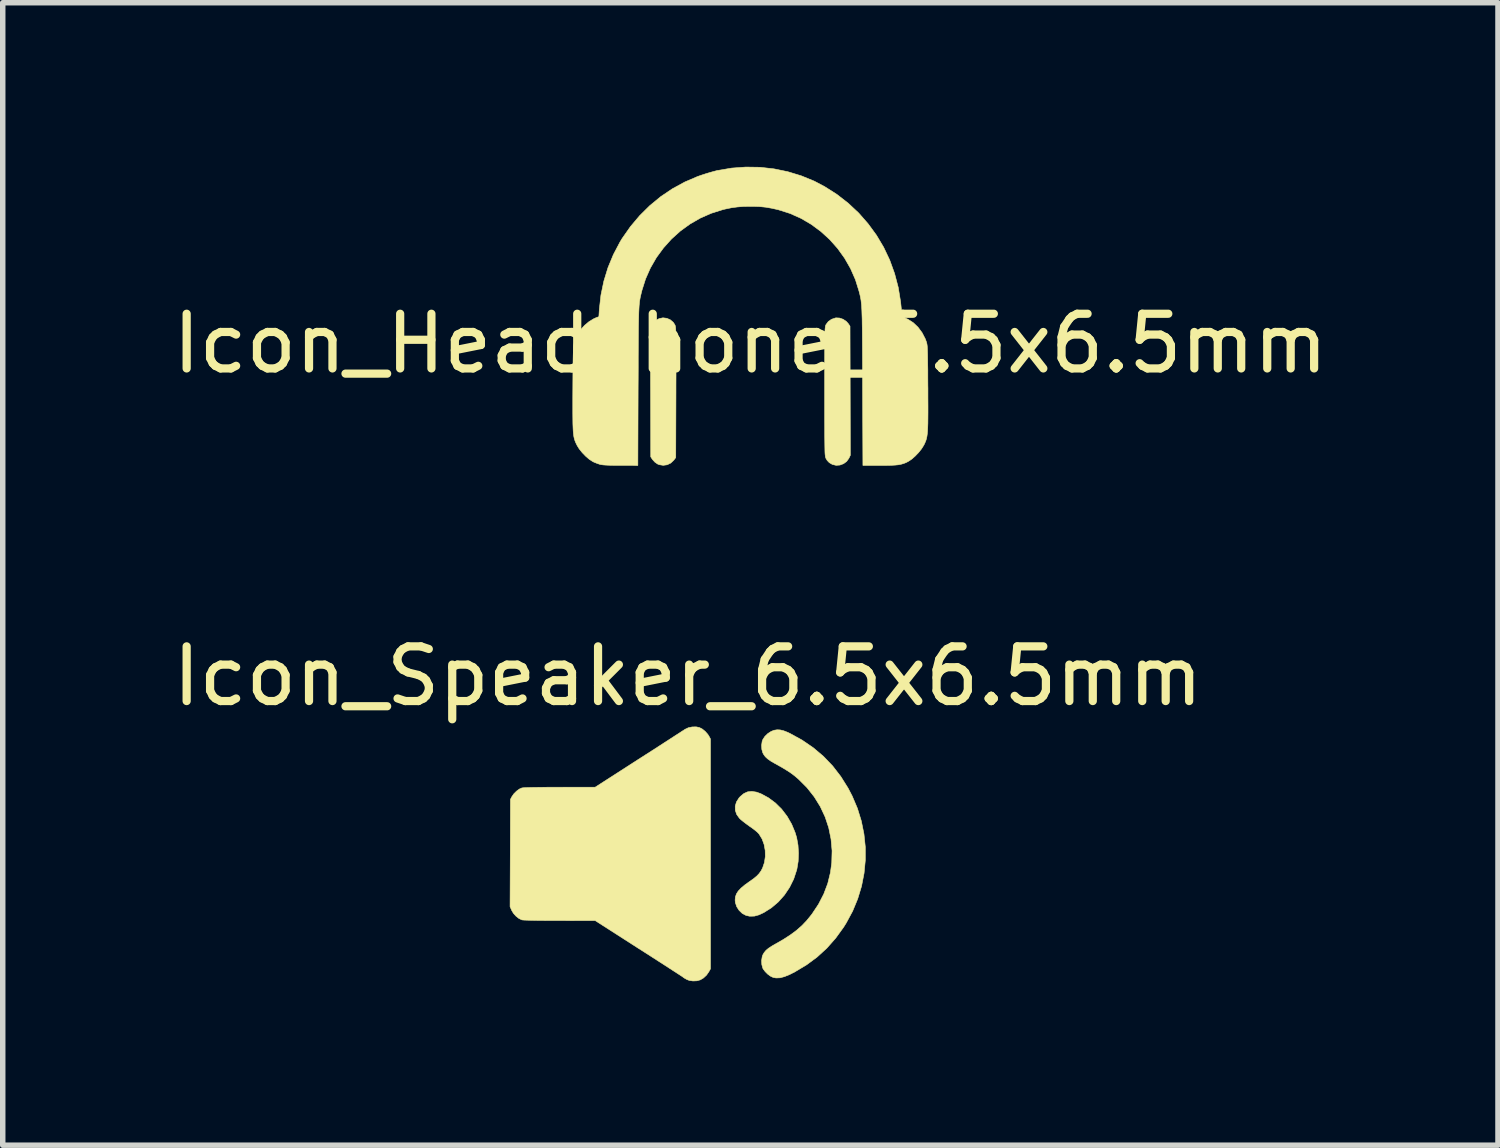
<source format=kicad_pcb>
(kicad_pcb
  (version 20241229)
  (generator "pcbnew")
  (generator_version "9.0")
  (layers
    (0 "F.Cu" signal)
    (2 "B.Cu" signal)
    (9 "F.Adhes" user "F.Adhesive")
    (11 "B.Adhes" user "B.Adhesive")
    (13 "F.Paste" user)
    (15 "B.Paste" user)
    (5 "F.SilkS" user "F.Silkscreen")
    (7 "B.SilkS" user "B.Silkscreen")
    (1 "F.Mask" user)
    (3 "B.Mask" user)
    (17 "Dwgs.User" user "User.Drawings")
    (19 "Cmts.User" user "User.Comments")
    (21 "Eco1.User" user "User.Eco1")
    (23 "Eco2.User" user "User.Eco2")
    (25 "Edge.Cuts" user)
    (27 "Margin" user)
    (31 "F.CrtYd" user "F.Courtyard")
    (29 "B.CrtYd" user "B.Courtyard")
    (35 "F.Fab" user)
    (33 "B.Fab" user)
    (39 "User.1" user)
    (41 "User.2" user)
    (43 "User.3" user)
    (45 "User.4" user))
  (footprint "Icon_Speaker_6.5x6.5mm"
    (layer "F.Cu")
    (at 9.53 12.566)
    (property "Reference" "Icon_Speaker_6.5x6.5mm" (at 0 -3.25 0) (layer "F.SilkS") (effects (font (size 1 1) (thickness 0.15))))
    (attr through_hole)
    (fp_poly (pts (xy 1.254 -1.13) (xy 1.336 -1.1) (xy 1.473 -1.026) (xy 1.601 -0.931) (xy 1.715 -0.818) (xy 1.815 -0.687) (xy 1.898 -0.543) (xy 1.962 -0.388) (xy 1.989 -0.298) (xy 2.014 -0.16) (xy 2.023 -0.012) (xy 2.017 0.137) (xy 1.994 0.276) (xy 1.989 0.296) (xy 1.935 0.46) (xy 1.859 0.613) (xy 1.765 0.753) (xy 1.654 0.878) (xy 1.528 0.985) (xy 1.389 1.073) (xy 1.299 1.115) (xy 1.216 1.138) (xy 1.13 1.14) (xy 1.063 1.125) (xy 0.994 1.088) (xy 0.936 1.032) (xy 0.893 0.965) (xy 0.868 0.89) (xy 0.864 0.845) (xy 0.869 0.787) (xy 0.888 0.732) (xy 0.921 0.68) (xy 0.972 0.626) (xy 1.042 0.567) (xy 1.124 0.508) (xy 1.201 0.454) (xy 1.259 0.406) (xy 1.303 0.36) (xy 1.338 0.311) (xy 1.366 0.258) (xy 1.4 0.158) (xy 1.416 0.05) (xy 1.414 -0.062) (xy 1.394 -0.172) (xy 1.357 -0.273) (xy 1.303 -0.361) (xy 1.295 -0.371) (xy 1.269 -0.398) (xy 1.227 -0.433) (xy 1.176 -0.472) (xy 1.124 -0.508) (xy 1.068 -0.549) (xy 1.014 -0.59) (xy 0.969 -0.627) (xy 0.942 -0.653) (xy 0.892 -0.723) (xy 0.867 -0.798) (xy 0.866 -0.875) (xy 0.889 -0.951) (xy 0.936 -1.025) (xy 0.959 -1.05) (xy 1.024 -1.104) (xy 1.093 -1.135) (xy 1.169 -1.143) (xy 1.254 -1.13)) (stroke (width 0.01) (type solid)) (fill yes) (layer "F.SilkS"))
    (fp_poly (pts (xy 0.21 -2.311) (xy 0.263 -2.284) (xy 0.317 -2.24) (xy 0.364 -2.187) (xy 0.385 -2.154) (xy 0.413 -2.102) (xy 0.413 2.102) (xy 0.385 2.153) (xy 0.341 2.217) (xy 0.284 2.27) (xy 0.226 2.304) (xy 0.163 2.321) (xy 0.093 2.324) (xy 0.025 2.314) (xy -0.019 2.297) (xy -0.055 2.277) (xy -0.084 2.258) (xy -0.09 2.253) (xy -0.103 2.243) (xy -0.137 2.221) (xy -0.188 2.188) (xy -0.256 2.144) (xy -0.338 2.091) (xy -0.433 2.029) (xy -0.539 1.961) (xy -0.654 1.887) (xy -0.777 1.808) (xy -0.903 1.728) (xy -1.695 1.22) (xy -2.343 1.219) (xy -2.493 1.219) (xy -2.628 1.218) (xy -2.746 1.217) (xy -2.847 1.215) (xy -2.929 1.213) (xy -2.989 1.211) (xy -3.026 1.208) (xy -3.037 1.206) (xy -3.09 1.181) (xy -3.143 1.139) (xy -3.19 1.087) (xy -3.224 1.03) (xy -3.224 1.029) (xy -3.252 0.965) (xy -3.248 -0.016) (xy -3.245 -0.997) (xy -3.217 -1.05) (xy -3.181 -1.101) (xy -3.132 -1.149) (xy -3.08 -1.187) (xy -3.036 -1.206) (xy -3.013 -1.209) (xy -2.967 -1.212) (xy -2.898 -1.214) (xy -2.81 -1.216) (xy -2.704 -1.217) (xy -2.582 -1.219) (xy -2.446 -1.219) (xy -2.343 -1.219) (xy -1.695 -1.22) (xy -0.901 -1.731) (xy -0.771 -1.814) (xy -0.646 -1.894) (xy -0.528 -1.97) (xy -0.419 -2.041) (xy -0.321 -2.104) (xy -0.235 -2.16) (xy -0.163 -2.206) (xy -0.107 -2.243) (xy -0.069 -2.267) (xy -0.051 -2.279) (xy 0.008 -2.307) (xy 0.079 -2.322) (xy 0.153 -2.323) (xy 0.21 -2.311)) (stroke (width 0.01) (type solid)) (fill yes) (layer "F.SilkS"))
    (fp_poly (pts (xy 1.689 -2.267) (xy 1.751 -2.252) (xy 1.825 -2.223) (xy 1.867 -2.203) (xy 2.089 -2.081) (xy 2.292 -1.942) (xy 2.478 -1.785) (xy 2.646 -1.61) (xy 2.796 -1.416) (xy 2.929 -1.204) (xy 3.004 -1.06) (xy 3.1 -0.834) (xy 3.172 -0.601) (xy 3.22 -0.364) (xy 3.245 -0.125) (xy 3.245 0.115) (xy 3.222 0.354) (xy 3.176 0.59) (xy 3.106 0.821) (xy 3.013 1.046) (xy 2.896 1.263) (xy 2.848 1.34) (xy 2.702 1.542) (xy 2.541 1.724) (xy 2.364 1.886) (xy 2.171 2.029) (xy 1.959 2.156) (xy 1.863 2.205) (xy 1.768 2.244) (xy 1.686 2.266) (xy 1.613 2.269) (xy 1.559 2.259) (xy 1.512 2.237) (xy 1.46 2.199) (xy 1.413 2.152) (xy 1.377 2.104) (xy 1.37 2.09) (xy 1.352 2.025) (xy 1.348 1.951) (xy 1.359 1.88) (xy 1.37 1.848) (xy 1.396 1.803) (xy 1.43 1.763) (xy 1.477 1.724) (xy 1.542 1.682) (xy 1.596 1.651) (xy 1.746 1.565) (xy 1.874 1.482) (xy 1.986 1.399) (xy 2.084 1.313) (xy 2.172 1.221) (xy 2.254 1.12) (xy 2.266 1.105) (xy 2.388 0.922) (xy 2.485 0.734) (xy 2.558 0.541) (xy 2.607 0.341) (xy 2.631 0.162) (xy 2.637 -0.057) (xy 2.618 -0.27) (xy 2.576 -0.477) (xy 2.51 -0.676) (xy 2.421 -0.866) (xy 2.31 -1.045) (xy 2.178 -1.212) (xy 2.024 -1.366) (xy 1.956 -1.424) (xy 1.899 -1.468) (xy 1.831 -1.514) (xy 1.75 -1.564) (xy 1.651 -1.621) (xy 1.596 -1.651) (xy 1.518 -1.696) (xy 1.46 -1.737) (xy 1.417 -1.776) (xy 1.387 -1.817) (xy 1.37 -1.848) (xy 1.352 -1.912) (xy 1.348 -1.986) (xy 1.358 -2.057) (xy 1.37 -2.09) (xy 1.407 -2.147) (xy 1.461 -2.2) (xy 1.523 -2.24) (xy 1.576 -2.261) (xy 1.633 -2.27) (xy 1.689 -2.267)) (stroke (width 0.01) (type solid)) (fill yes) (layer "F.SilkS")))
  (footprint "Icon_Headphone_6.5x6.5mm"
    (layer "F.Cu")
    (at 10.673 2.733)
    (property "Reference" "Icon_Headphone_6.5x6.5mm" (at 0 0.5 0) (layer "F.SilkS") (effects (font (size 1 1) (thickness 0.15))))
    (attr through_hole)
    (fp_poly (pts (xy -1.528 0.038) (xy -1.464 0.066) (xy -1.41 0.112) (xy -1.384 0.152) (xy -1.379 0.161) (xy -1.375 0.171) (xy -1.372 0.183) (xy -1.369 0.199) (xy -1.367 0.221) (xy -1.365 0.25) (xy -1.363 0.287) (xy -1.362 0.335) (xy -1.361 0.395) (xy -1.36 0.468) (xy -1.36 0.556) (xy -1.36 0.661) (xy -1.36 0.784) (xy -1.36 0.927) (xy -1.36 1.091) (xy -1.361 1.278) (xy -1.361 1.394) (xy -1.365 2.585) (xy -1.401 2.633) (xy -1.456 2.685) (xy -1.522 2.717) (xy -1.594 2.727) (xy -1.668 2.715) (xy -1.699 2.702) (xy -1.747 2.668) (xy -1.787 2.624) (xy -1.788 2.624) (xy -1.822 2.572) (xy -1.825 1.41) (xy -1.826 1.239) (xy -1.826 1.076) (xy -1.826 0.92) (xy -1.826 0.775) (xy -1.826 0.642) (xy -1.825 0.524) (xy -1.825 0.421) (xy -1.824 0.336) (xy -1.823 0.27) (xy -1.822 0.226) (xy -1.821 0.206) (xy -1.821 0.206) (xy -1.803 0.16) (xy -1.767 0.113) (xy -1.72 0.072) (xy -1.669 0.044) (xy -1.599 0.029) (xy -1.528 0.038)) (stroke (width 0.01) (type solid)) (fill yes) (layer "F.SilkS"))
    (fp_poly (pts (xy 1.629 0.033) (xy 1.694 0.055) (xy 1.753 0.094) (xy 1.79 0.135) (xy 1.822 0.182) (xy 1.825 1.362) (xy 1.828 2.543) (xy 1.801 2.599) (xy 1.76 2.656) (xy 1.704 2.697) (xy 1.638 2.722) (xy 1.568 2.727) (xy 1.5 2.711) (xy 1.498 2.71) (xy 1.443 2.678) (xy 1.404 2.637) (xy 1.382 2.6) (xy 1.378 2.591) (xy 1.375 2.58) (xy 1.371 2.567) (xy 1.369 2.548) (xy 1.366 2.523) (xy 1.364 2.49) (xy 1.363 2.447) (xy 1.362 2.394) (xy 1.361 2.327) (xy 1.36 2.246) (xy 1.359 2.149) (xy 1.359 2.035) (xy 1.358 1.902) (xy 1.358 1.748) (xy 1.358 1.571) (xy 1.358 1.377) (xy 1.358 1.178) (xy 1.358 1.003) (xy 1.358 0.849) (xy 1.359 0.717) (xy 1.359 0.603) (xy 1.36 0.507) (xy 1.36 0.427) (xy 1.361 0.361) (xy 1.363 0.307) (xy 1.364 0.265) (xy 1.366 0.232) (xy 1.369 0.207) (xy 1.371 0.189) (xy 1.374 0.175) (xy 1.378 0.164) (xy 1.382 0.155) (xy 1.384 0.152) (xy 1.425 0.097) (xy 1.484 0.056) (xy 1.554 0.032) (xy 1.565 0.03) (xy 1.629 0.033)) (stroke (width 0.01) (type solid)) (fill yes) (layer "F.SilkS"))
    (fp_poly (pts (xy 0.176 -2.724) (xy 0.432 -2.695) (xy 0.684 -2.643) (xy 0.93 -2.568) (xy 1.167 -2.471) (xy 1.357 -2.371) (xy 1.582 -2.228) (xy 1.79 -2.066) (xy 1.981 -1.887) (xy 2.152 -1.692) (xy 2.305 -1.483) (xy 2.437 -1.261) (xy 2.548 -1.027) (xy 2.637 -0.781) (xy 2.704 -0.527) (xy 2.747 -0.264) (xy 2.757 -0.168) (xy 2.763 -0.104) (xy 2.77 -0.05) (xy 2.776 -0.01) (xy 2.782 0.011) (xy 2.784 0.013) (xy 2.8 0.018) (xy 2.832 0.032) (xy 2.873 0.052) (xy 2.878 0.054) (xy 2.977 0.117) (xy 3.065 0.2) (xy 3.14 0.301) (xy 3.199 0.415) (xy 3.219 0.47) (xy 3.224 0.486) (xy 3.228 0.504) (xy 3.232 0.528) (xy 3.235 0.557) (xy 3.237 0.596) (xy 3.239 0.644) (xy 3.241 0.706) (xy 3.242 0.782) (xy 3.243 0.875) (xy 3.245 0.987) (xy 3.245 1.12) (xy 3.246 1.275) (xy 3.247 1.315) (xy 3.247 1.487) (xy 3.248 1.635) (xy 3.248 1.762) (xy 3.247 1.87) (xy 3.246 1.961) (xy 3.243 2.038) (xy 3.24 2.101) (xy 3.235 2.153) (xy 3.229 2.197) (xy 3.221 2.235) (xy 3.212 2.267) (xy 3.2 2.298) (xy 3.187 2.328) (xy 3.171 2.36) (xy 3.17 2.361) (xy 3.131 2.424) (xy 3.077 2.492) (xy 3.015 2.557) (xy 2.95 2.614) (xy 2.89 2.654) (xy 2.887 2.656) (xy 2.844 2.678) (xy 2.802 2.694) (xy 2.757 2.707) (xy 2.706 2.717) (xy 2.645 2.723) (xy 2.57 2.727) (xy 2.478 2.729) (xy 2.365 2.729) (xy 2.058 2.729) (xy 2.052 1.285) (xy 2.052 1.058) (xy 2.051 0.855) (xy 2.05 0.674) (xy 2.049 0.514) (xy 2.048 0.373) (xy 2.047 0.249) (xy 2.045 0.142) (xy 2.044 0.049) (xy 2.041 -0.03) (xy 2.039 -0.098) (xy 2.036 -0.157) (xy 2.033 -0.207) (xy 2.028 -0.25) (xy 2.024 -0.288) (xy 2.018 -0.322) (xy 2.012 -0.354) (xy 2.005 -0.386) (xy 1.997 -0.418) (xy 1.988 -0.453) (xy 1.987 -0.457) (xy 1.921 -0.669) (xy 1.832 -0.871) (xy 1.723 -1.062) (xy 1.595 -1.24) (xy 1.45 -1.403) (xy 1.289 -1.55) (xy 1.113 -1.68) (xy 0.925 -1.79) (xy 0.726 -1.879) (xy 0.518 -1.945) (xy 0.508 -1.948) (xy 0.388 -1.975) (xy 0.278 -1.994) (xy 0.168 -2.005) (xy 0.047 -2.009) (xy 0 -2.009) (xy -0.127 -2.007) (xy -0.24 -1.998) (xy -0.349 -1.983) (xy -0.464 -1.959) (xy -0.508 -1.948) (xy -0.717 -1.882) (xy -0.917 -1.794) (xy -1.106 -1.685) (xy -1.282 -1.557) (xy -1.444 -1.411) (xy -1.59 -1.248) (xy -1.719 -1.072) (xy -1.828 -0.883) (xy -1.917 -0.682) (xy -1.982 -0.477) (xy -1.992 -0.439) (xy -2 -0.404) (xy -2.008 -0.372) (xy -2.015 -0.34) (xy -2.021 -0.306) (xy -2.027 -0.27) (xy -2.031 -0.23) (xy -2.035 -0.184) (xy -2.038 -0.131) (xy -2.041 -0.068) (xy -2.043 0.005) (xy -2.045 0.09) (xy -2.047 0.189) (xy -2.048 0.302) (xy -2.049 0.433) (xy -2.05 0.582) (xy -2.051 0.751) (xy -2.051 0.941) (xy -2.052 1.154) (xy -2.053 1.279) (xy -2.058 2.729) (xy -2.371 2.728) (xy -2.483 2.728) (xy -2.573 2.726) (xy -2.643 2.723) (xy -2.696 2.719) (xy -2.735 2.713) (xy -2.753 2.709) (xy -2.806 2.691) (xy -2.863 2.668) (xy -2.886 2.656) (xy -2.946 2.617) (xy -3.011 2.561) (xy -3.074 2.496) (xy -3.129 2.428) (xy -3.169 2.364) (xy -3.17 2.361) (xy -3.186 2.329) (xy -3.2 2.299) (xy -3.211 2.269) (xy -3.221 2.236) (xy -3.229 2.199) (xy -3.235 2.155) (xy -3.24 2.103) (xy -3.243 2.04) (xy -3.246 1.964) (xy -3.247 1.874) (xy -3.248 1.766) (xy -3.248 1.64) (xy -3.248 1.492) (xy -3.247 1.322) (xy -3.247 1.315) (xy -3.246 1.15) (xy -3.245 1.008) (xy -3.244 0.888) (xy -3.242 0.786) (xy -3.24 0.702) (xy -3.238 0.632) (xy -3.234 0.574) (xy -3.229 0.527) (xy -3.223 0.488) (xy -3.216 0.455) (xy -3.206 0.427) (xy -3.195 0.4) (xy -3.182 0.373) (xy -3.166 0.343) (xy -3.158 0.327) (xy -3.103 0.245) (xy -3.032 0.167) (xy -2.95 0.098) (xy -2.864 0.046) (xy -2.817 0.025) (xy -2.771 0.009) (xy -2.762 -0.13) (xy -2.733 -0.387) (xy -2.68 -0.641) (xy -2.604 -0.889) (xy -2.505 -1.128) (xy -2.385 -1.356) (xy -2.346 -1.421) (xy -2.194 -1.638) (xy -2.025 -1.839) (xy -1.84 -2.022) (xy -1.64 -2.187) (xy -1.426 -2.331) (xy -1.201 -2.454) (xy -0.966 -2.555) (xy -0.885 -2.583) (xy -0.811 -2.607) (xy -0.734 -2.63) (xy -0.662 -2.65) (xy -0.605 -2.665) (xy -0.6 -2.665) (xy -0.343 -2.709) (xy -0.083 -2.728) (xy 0.176 -2.724)) (stroke (width 0.01) (type solid)) (fill yes) (layer "F.SilkS")))
  (gr_rect
    (start -3 -3)
    (end 24.345 17.894)
    (stroke (width 0.1) (type default))
    (fill no)
    (layer "Edge.Cuts")))
</source>
